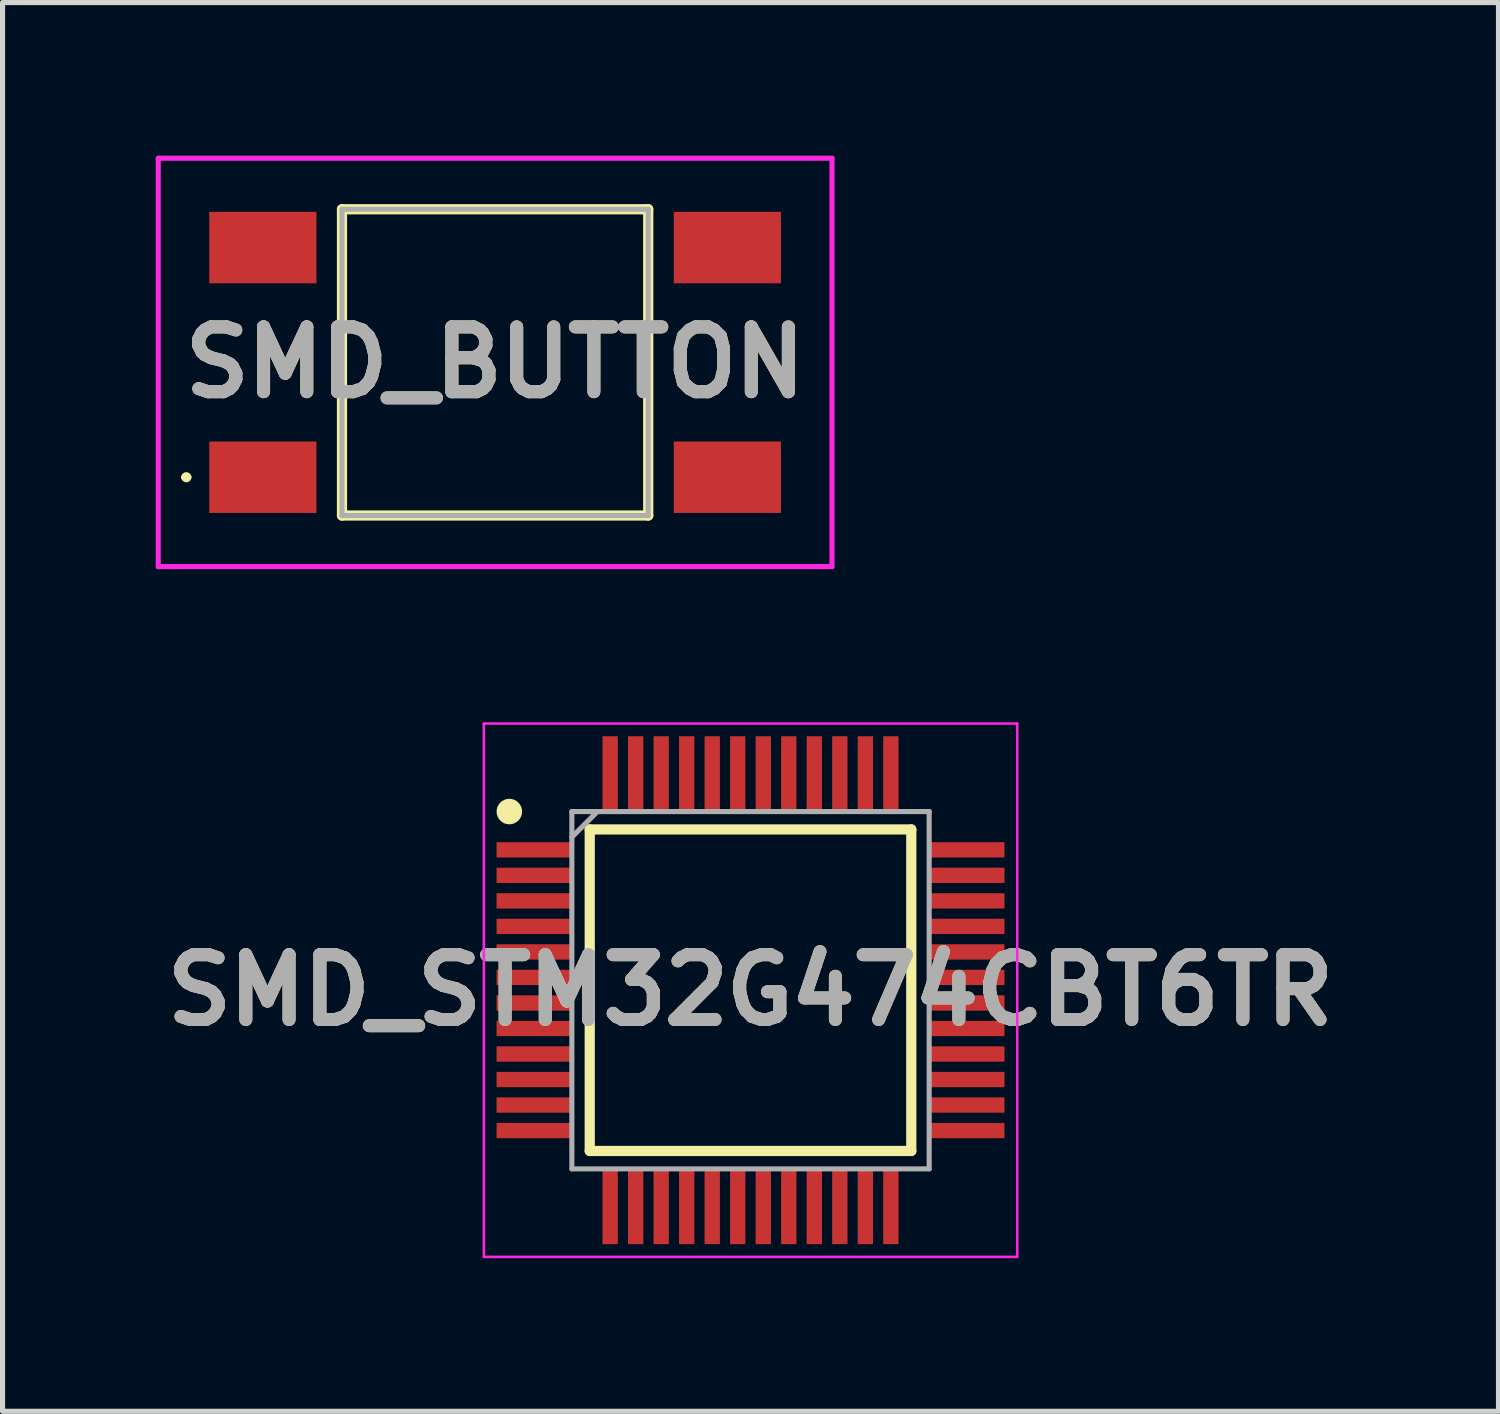
<source format=kicad_pcb>
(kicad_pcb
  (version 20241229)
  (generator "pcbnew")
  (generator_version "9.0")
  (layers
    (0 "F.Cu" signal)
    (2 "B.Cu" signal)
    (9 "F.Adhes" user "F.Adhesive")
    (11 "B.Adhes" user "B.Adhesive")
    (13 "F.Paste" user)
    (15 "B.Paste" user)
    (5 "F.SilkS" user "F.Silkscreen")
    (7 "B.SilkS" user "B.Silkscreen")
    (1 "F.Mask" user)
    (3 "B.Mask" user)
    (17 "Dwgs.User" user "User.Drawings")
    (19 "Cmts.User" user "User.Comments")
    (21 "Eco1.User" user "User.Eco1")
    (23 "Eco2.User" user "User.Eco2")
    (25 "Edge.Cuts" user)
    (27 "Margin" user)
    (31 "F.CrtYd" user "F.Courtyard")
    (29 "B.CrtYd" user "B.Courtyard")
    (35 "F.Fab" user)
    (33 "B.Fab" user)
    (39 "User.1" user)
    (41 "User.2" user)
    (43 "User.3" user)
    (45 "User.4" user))
  (footprint "SMD_STM32G474CBT6TR"
    (layer "F.Cu")
    (at 11.654 16.35)
    (property "Reference" "SMD_STM32G474CBT6TR" (at 0 0 0) (layer "F.SilkS") (effects (font (size 1.27 1.27) (thickness 0.254))))
    (attr smd)
    (fp_line (start -3.15 -3.15) (end 3.15 -3.15) (stroke (width 0.2) (type solid)) (layer "F.SilkS"))
    (fp_line (start -3.15 3.15) (end -3.15 -3.15) (stroke (width 0.2) (type solid)) (layer "F.SilkS"))
    (fp_line (start 3.15 -3.15) (end 3.15 3.15) (stroke (width 0.2) (type solid)) (layer "F.SilkS"))
    (fp_line (start 3.15 3.15) (end -3.15 3.15) (stroke (width 0.2) (type solid)) (layer "F.SilkS"))
    (fp_circle (center -4.725 -3.5) (end -4.725 -3.375) (stroke (width 0.25) (type solid)) (fill no) (layer "F.SilkS"))
    (fp_line (start -5.225 -5.225) (end 5.225 -5.225) (stroke (width 0.05) (type solid)) (layer "F.CrtYd"))
    (fp_line (start -5.225 5.225) (end -5.225 -5.225) (stroke (width 0.05) (type solid)) (layer "F.CrtYd"))
    (fp_line (start 5.225 -5.225) (end 5.225 5.225) (stroke (width 0.05) (type solid)) (layer "F.CrtYd"))
    (fp_line (start 5.225 5.225) (end -5.225 5.225) (stroke (width 0.05) (type solid)) (layer "F.CrtYd"))
    (fp_line (start -3.5 -3.5) (end 3.5 -3.5) (stroke (width 0.1) (type solid)) (layer "F.Fab"))
    (fp_line (start -3.5 -3) (end -3 -3.5) (stroke (width 0.1) (type solid)) (layer "F.Fab"))
    (fp_line (start -3.5 3.5) (end -3.5 -3.5) (stroke (width 0.1) (type solid)) (layer "F.Fab"))
    (fp_line (start 3.5 -3.5) (end 3.5 3.5) (stroke (width 0.1) (type solid)) (layer "F.Fab"))
    (fp_line (start 3.5 3.5) (end -3.5 3.5) (stroke (width 0.1) (type solid)) (layer "F.Fab"))
    (fp_text user "${REFERENCE}" (at 0 0 0) (layer "F.Fab") (effects (font (size 1.27 1.27) (thickness 0.254))))
    (pad "1" smd rect (at -4.238 -2.75 90) (size 0.3 1.475) (layers "F.Cu" "F.Mask" "F.Paste"))
    (pad "2" smd rect (at -4.238 -2.25 90) (size 0.3 1.475) (layers "F.Cu" "F.Mask" "F.Paste"))
    (pad "3" smd rect (at -4.238 -1.75 90) (size 0.3 1.475) (layers "F.Cu" "F.Mask" "F.Paste"))
    (pad "4" smd rect (at -4.238 -1.25 90) (size 0.3 1.475) (layers "F.Cu" "F.Mask" "F.Paste"))
    (pad "5" smd rect (at -4.238 -0.75 90) (size 0.3 1.475) (layers "F.Cu" "F.Mask" "F.Paste"))
    (pad "6" smd rect (at -4.238 -0.25 90) (size 0.3 1.475) (layers "F.Cu" "F.Mask" "F.Paste"))
    (pad "7" smd rect (at -4.238 0.25 90) (size 0.3 1.475) (layers "F.Cu" "F.Mask" "F.Paste"))
    (pad "8" smd rect (at -4.238 0.75 90) (size 0.3 1.475) (layers "F.Cu" "F.Mask" "F.Paste"))
    (pad "9" smd rect (at -4.238 1.25 90) (size 0.3 1.475) (layers "F.Cu" "F.Mask" "F.Paste"))
    (pad "10" smd rect (at -4.238 1.75 90) (size 0.3 1.475) (layers "F.Cu" "F.Mask" "F.Paste"))
    (pad "11" smd rect (at -4.238 2.25 90) (size 0.3 1.475) (layers "F.Cu" "F.Mask" "F.Paste"))
    (pad "12" smd rect (at -4.238 2.75 90) (size 0.3 1.475) (layers "F.Cu" "F.Mask" "F.Paste"))
    (pad "13" smd rect (at -2.75 4.238) (size 0.3 1.475) (layers "F.Cu" "F.Mask" "F.Paste"))
    (pad "14" smd rect (at -2.25 4.238) (size 0.3 1.475) (layers "F.Cu" "F.Mask" "F.Paste"))
    (pad "15" smd rect (at -1.75 4.238) (size 0.3 1.475) (layers "F.Cu" "F.Mask" "F.Paste"))
    (pad "16" smd rect (at -1.25 4.238) (size 0.3 1.475) (layers "F.Cu" "F.Mask" "F.Paste"))
    (pad "17" smd rect (at -0.75 4.238) (size 0.3 1.475) (layers "F.Cu" "F.Mask" "F.Paste"))
    (pad "18" smd rect (at -0.25 4.238) (size 0.3 1.475) (layers "F.Cu" "F.Mask" "F.Paste"))
    (pad "19" smd rect (at 0.25 4.238) (size 0.3 1.475) (layers "F.Cu" "F.Mask" "F.Paste"))
    (pad "20" smd rect (at 0.75 4.238) (size 0.3 1.475) (layers "F.Cu" "F.Mask" "F.Paste"))
    (pad "21" smd rect (at 1.25 4.238) (size 0.3 1.475) (layers "F.Cu" "F.Mask" "F.Paste"))
    (pad "22" smd rect (at 1.75 4.238) (size 0.3 1.475) (layers "F.Cu" "F.Mask" "F.Paste"))
    (pad "23" smd rect (at 2.25 4.238) (size 0.3 1.475) (layers "F.Cu" "F.Mask" "F.Paste"))
    (pad "24" smd rect (at 2.75 4.238) (size 0.3 1.475) (layers "F.Cu" "F.Mask" "F.Paste"))
    (pad "25" smd rect (at 4.238 2.75 90) (size 0.3 1.475) (layers "F.Cu" "F.Mask" "F.Paste"))
    (pad "26" smd rect (at 4.238 2.25 90) (size 0.3 1.475) (layers "F.Cu" "F.Mask" "F.Paste"))
    (pad "27" smd rect (at 4.238 1.75 90) (size 0.3 1.475) (layers "F.Cu" "F.Mask" "F.Paste"))
    (pad "28" smd rect (at 4.238 1.25 90) (size 0.3 1.475) (layers "F.Cu" "F.Mask" "F.Paste"))
    (pad "29" smd rect (at 4.238 0.75 90) (size 0.3 1.475) (layers "F.Cu" "F.Mask" "F.Paste"))
    (pad "30" smd rect (at 4.238 0.25 90) (size 0.3 1.475) (layers "F.Cu" "F.Mask" "F.Paste"))
    (pad "31" smd rect (at 4.238 -0.25 90) (size 0.3 1.475) (layers "F.Cu" "F.Mask" "F.Paste"))
    (pad "32" smd rect (at 4.238 -0.75 90) (size 0.3 1.475) (layers "F.Cu" "F.Mask" "F.Paste"))
    (pad "33" smd rect (at 4.238 -1.25 90) (size 0.3 1.475) (layers "F.Cu" "F.Mask" "F.Paste"))
    (pad "34" smd rect (at 4.238 -1.75 90) (size 0.3 1.475) (layers "F.Cu" "F.Mask" "F.Paste"))
    (pad "35" smd rect (at 4.238 -2.25 90) (size 0.3 1.475) (layers "F.Cu" "F.Mask" "F.Paste"))
    (pad "36" smd rect (at 4.238 -2.75 90) (size 0.3 1.475) (layers "F.Cu" "F.Mask" "F.Paste"))
    (pad "37" smd rect (at 2.75 -4.238) (size 0.3 1.475) (layers "F.Cu" "F.Mask" "F.Paste"))
    (pad "38" smd rect (at 2.25 -4.238) (size 0.3 1.475) (layers "F.Cu" "F.Mask" "F.Paste"))
    (pad "39" smd rect (at 1.75 -4.238) (size 0.3 1.475) (layers "F.Cu" "F.Mask" "F.Paste"))
    (pad "40" smd rect (at 1.25 -4.238) (size 0.3 1.475) (layers "F.Cu" "F.Mask" "F.Paste"))
    (pad "41" smd rect (at 0.75 -4.238) (size 0.3 1.475) (layers "F.Cu" "F.Mask" "F.Paste"))
    (pad "42" smd rect (at 0.25 -4.238) (size 0.3 1.475) (layers "F.Cu" "F.Mask" "F.Paste"))
    (pad "43" smd rect (at -0.25 -4.238) (size 0.3 1.475) (layers "F.Cu" "F.Mask" "F.Paste"))
    (pad "44" smd rect (at -0.75 -4.238) (size 0.3 1.475) (layers "F.Cu" "F.Mask" "F.Paste"))
    (pad "45" smd rect (at -1.25 -4.238) (size 0.3 1.475) (layers "F.Cu" "F.Mask" "F.Paste"))
    (pad "46" smd rect (at -1.75 -4.238) (size 0.3 1.475) (layers "F.Cu" "F.Mask" "F.Paste"))
    (pad "47" smd rect (at -2.25 -4.238) (size 0.3 1.475) (layers "F.Cu" "F.Mask" "F.Paste"))
    (pad "48" smd rect (at -2.75 -4.238) (size 0.3 1.475) (layers "F.Cu" "F.Mask" "F.Paste")))
  (footprint "SMD_BUTTON"
    (layer "F.Cu")
    (at 6.65 4.05)
    (property "Reference" "SMD_BUTTON" (at 0 0 0) (layer "F.SilkS") (effects (font (size 1.27 1.27) (thickness 0.254))))
    (attr smd)
    (fp_line (start -6.1 2.25) (end -6.1 2.25) (stroke (width 0.1) (type solid)) (layer "F.SilkS"))
    (fp_line (start -6 2.25) (end -6 2.25) (stroke (width 0.1) (type solid)) (layer "F.SilkS"))
    (fp_line (start -3 -3) (end -3 3) (stroke (width 0.2) (type solid)) (layer "F.SilkS"))
    (fp_line (start -3 3) (end 3 3) (stroke (width 0.2) (type solid)) (layer "F.SilkS"))
    (fp_line (start 3 -3) (end -3 -3) (stroke (width 0.2) (type solid)) (layer "F.SilkS"))
    (fp_line (start 3 3) (end 3 -3) (stroke (width 0.2) (type solid)) (layer "F.SilkS"))
    (fp_arc (start -6.1 2.25) (mid -6.05 2.2) (end -6 2.25) (stroke (width 0.1) (type solid)) (layer "F.SilkS"))
    (fp_arc (start -6 2.25) (mid -6.05 2.3) (end -6.1 2.25) (stroke (width 0.1) (type solid)) (layer "F.SilkS"))
    (fp_line (start -6.6 -4) (end -6.6 4) (stroke (width 0.1) (type solid)) (layer "F.CrtYd"))
    (fp_line (start -6.6 4) (end 6.6 4) (stroke (width 0.1) (type solid)) (layer "F.CrtYd"))
    (fp_line (start 6.6 -4) (end -6.6 -4) (stroke (width 0.1) (type solid)) (layer "F.CrtYd"))
    (fp_line (start 6.6 4) (end 6.6 -4) (stroke (width 0.1) (type solid)) (layer "F.CrtYd"))
    (fp_line (start -3 -3) (end -3 3) (stroke (width 0.1) (type solid)) (layer "F.Fab"))
    (fp_line (start -3 3) (end 3 3) (stroke (width 0.1) (type solid)) (layer "F.Fab"))
    (fp_line (start 3 -3) (end -3 -3) (stroke (width 0.1) (type solid)) (layer "F.Fab"))
    (fp_line (start 3 3) (end 3 -3) (stroke (width 0.1) (type solid)) (layer "F.Fab"))
    (fp_text user "${REFERENCE}" (at 0 0 0) (layer "F.Fab") (effects (font (size 1.27 1.27) (thickness 0.254))))
    (pad "1" smd rect (at -4.55 2.25 90) (size 1.4 2.1) (layers "F.Cu" "F.Mask" "F.Paste"))
    (pad "2" smd rect (at 4.55 2.25 90) (size 1.4 2.1) (layers "F.Cu" "F.Mask" "F.Paste"))
    (pad "3" smd rect (at -4.55 -2.25 90) (size 1.4 2.1) (layers "F.Cu" "F.Mask" "F.Paste"))
    (pad "4" smd rect (at 4.55 -2.25 90) (size 1.4 2.1) (layers "F.Cu" "F.Mask" "F.Paste")))
  (gr_rect
    (start -3 -3)
    (end 26.308 24.6)
    (stroke (width 0.1) (type default))
    (fill no)
    (layer "Edge.Cuts")))
</source>
